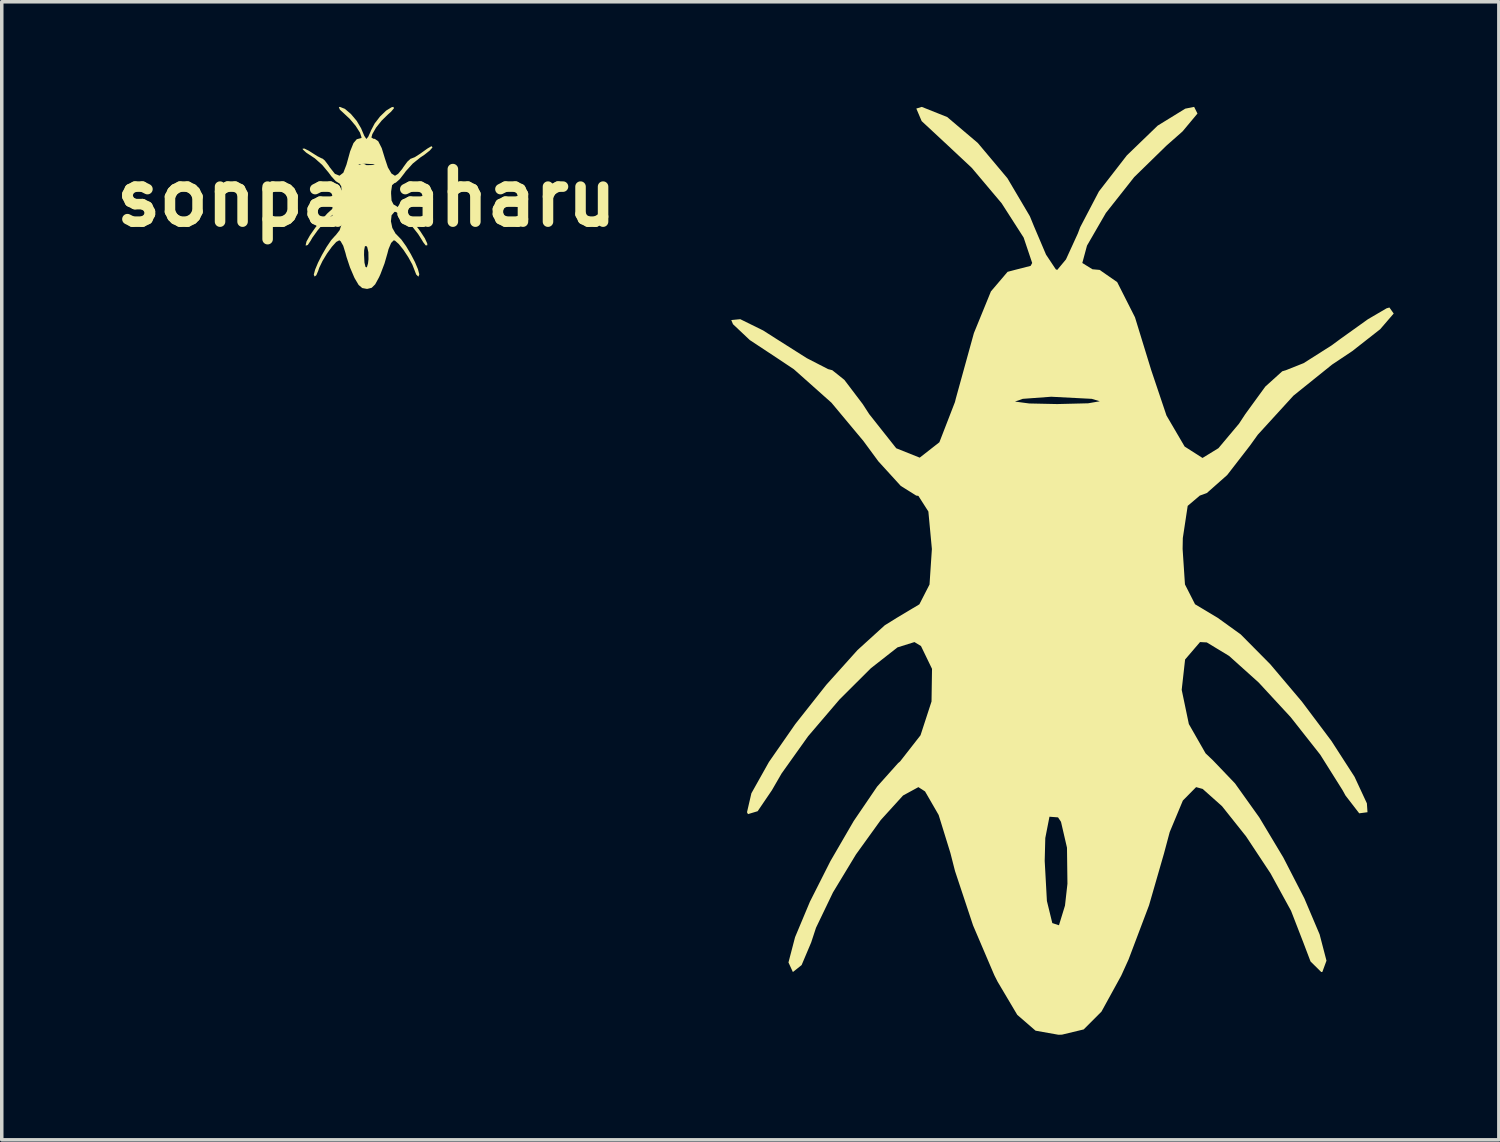
<source format=kicad_pcb>
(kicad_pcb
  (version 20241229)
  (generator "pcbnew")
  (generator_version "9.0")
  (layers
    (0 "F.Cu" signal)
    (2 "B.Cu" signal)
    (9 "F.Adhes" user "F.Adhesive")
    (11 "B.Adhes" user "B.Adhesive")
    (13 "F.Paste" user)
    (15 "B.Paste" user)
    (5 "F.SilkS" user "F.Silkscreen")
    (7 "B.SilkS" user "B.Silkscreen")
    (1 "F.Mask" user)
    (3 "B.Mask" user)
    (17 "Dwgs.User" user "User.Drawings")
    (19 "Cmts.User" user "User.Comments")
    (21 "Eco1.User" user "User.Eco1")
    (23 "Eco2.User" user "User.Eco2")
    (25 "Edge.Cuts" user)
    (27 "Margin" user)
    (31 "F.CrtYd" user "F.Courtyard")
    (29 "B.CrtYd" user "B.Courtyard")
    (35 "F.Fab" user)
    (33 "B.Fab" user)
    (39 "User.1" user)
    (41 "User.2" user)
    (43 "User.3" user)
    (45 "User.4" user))
  (footprint "sp"
    (layer "F.Cu")
    (at 27.116 13.237)
    (property "Reference" "sp" (at 0 0 0) (layer "F.SilkS") (effects (font (size 1.5 1.5) (thickness 0.3))))
    (attr board_only exclude_from_pos_files exclude_from_bom)
    (fp_poly (pts (xy 4.001 -13.047) (xy 3.574 -12.536) (xy 3.115 -12.131) (xy 2.196 -11.234) (xy 1.388 -10.211) (xy 0.849 -9.279) (xy 0.715 -8.783) (xy 1.004 -8.604) (xy 1.209 -8.586) (xy 1.71 -8.238) (xy 2.218 -7.234) (xy 2.682 -5.724) (xy 3.117 -4.431) (xy 3.635 -3.546) (xy 4.145 -3.22) (xy 4.599 -3.499) (xy 5.186 -4.198) (xy 5.366 -4.472) (xy 5.937 -5.257) (xy 6.42 -5.693) (xy 6.524 -5.724) (xy 7.031 -5.926) (xy 7.824 -6.429) (xy 8.081 -6.618) (xy 8.864 -7.178) (xy 9.397 -7.49) (xy 9.478 -7.513) (xy 9.6 -7.341) (xy 9.214 -6.893) (xy 8.418 -6.269) (xy 7.844 -5.886) (xy 6.741 -4.999) (xy 5.721 -3.882) (xy 5.501 -3.575) (xy 4.849 -2.733) (xy 4.269 -2.22) (xy 4.067 -2.146) (xy 3.722 -1.853) (xy 3.583 -0.935) (xy 3.577 -0.624) (xy 3.644 0.388) (xy 3.932 0.954) (xy 4.578 1.341) (xy 4.581 1.343) (xy 5.236 1.815) (xy 6.077 2.664) (xy 6.98 3.731) (xy 7.823 4.854) (xy 8.482 5.876) (xy 8.835 6.635) (xy 8.852 6.888) (xy 8.616 6.919) (xy 8.225 6.412) (xy 8.142 6.261) (xy 7.504 5.246) (xy 6.659 4.174) (xy 5.747 3.187) (xy 4.904 2.429) (xy 4.267 2.043) (xy 4.074 2.033) (xy 3.648 2.53) (xy 3.551 3.395) (xy 3.755 4.372) (xy 4.232 5.207) (xy 4.443 5.408) (xy 5.071 6.064) (xy 5.766 7.038) (xy 6.451 8.181) (xy 7.049 9.343) (xy 7.486 10.373) (xy 7.682 11.124) (xy 7.564 11.445) (xy 7.533 11.448) (xy 7.227 11.146) (xy 7.021 10.604) (xy 6.671 9.701) (xy 6.085 8.632) (xy 5.387 7.577) (xy 4.701 6.715) (xy 4.149 6.223) (xy 3.962 6.172) (xy 3.584 6.555) (xy 3.209 7.454) (xy 3.046 8.064) (xy 2.619 9.544) (xy 2.035 11.089) (xy 1.825 11.552) (xy 1.262 12.577) (xy 0.755 13.085) (xy 0.133 13.235) (xy 0.032 13.237) (xy -0.619 13.121) (xy -1.141 12.669) (xy -1.703 11.721) (xy -1.796 11.537) (xy -2.402 10.117) (xy -2.917 8.566) (xy -2.991 8.276) (xy -0.358 8.276) (xy -0.295 9.42) (xy -0.141 10.051) (xy 0.049 10.113) (xy 0.221 9.552) (xy 0.291 8.929) (xy 0.278 7.9) (xy 0.107 7.162) (xy 0.023 7.035) (xy -0.222 7.016) (xy -0.341 7.624) (xy -0.358 8.276) (xy -2.991 8.276) (xy -3.049 8.049) (xy -3.384 6.966) (xy -3.772 6.294) (xy -3.962 6.172) (xy -4.4 6.411) (xy -5.035 7.11) (xy -5.742 8.091) (xy -6.399 9.176) (xy -6.883 10.184) (xy -7.021 10.604) (xy -7.294 11.249) (xy -7.543 11.448) (xy -7.669 11.174) (xy -7.481 10.454) (xy -7.056 9.439) (xy -6.472 8.283) (xy -5.807 7.138) (xy -5.138 6.155) (xy -4.542 5.488) (xy -4.484 5.439) (xy -3.901 4.692) (xy -3.587 3.728) (xy -3.573 2.797) (xy -3.888 2.146) (xy -4.074 2.033) (xy -4.559 2.185) (xy -5.318 2.78) (xy -6.214 3.673) (xy -7.109 4.721) (xy -7.865 5.782) (xy -8.142 6.261) (xy -8.548 6.859) (xy -8.824 6.942) (xy -8.852 6.888) (xy -8.727 6.348) (xy -8.227 5.456) (xy -7.473 4.371) (xy -6.589 3.252) (xy -5.698 2.26) (xy -4.922 1.555) (xy -4.581 1.343) (xy -3.934 0.956) (xy -3.644 0.39) (xy -3.577 -0.619) (xy -3.577 -0.624) (xy -3.677 -1.692) (xy -3.962 -2.138) (xy -4.025 -2.147) (xy -4.464 -2.422) (xy -5.105 -3.125) (xy -5.53 -3.703) (xy -6.443 -4.797) (xy -7.515 -5.751) (xy -7.945 -6.038) (xy -8.772 -6.584) (xy -9.252 -7.037) (xy -9.301 -7.155) (xy -9.044 -7.18) (xy -8.391 -6.858) (xy -7.999 -6.608) (xy -7.146 -6.068) (xy -6.538 -5.755) (xy -6.419 -5.724) (xy -6.074 -5.448) (xy -5.55 -4.757) (xy -5.366 -4.472) (xy -4.594 -3.497) (xy -3.924 -3.229) (xy -3.363 -3.668) (xy -2.92 -4.812) (xy -2.915 -4.829) (xy -1.206 -4.829) (xy -0.799 -4.775) (xy 0 -4.758) (xy 0.883 -4.78) (xy 1.214 -4.838) (xy 0.984 -4.907) (xy -0.172 -4.967) (xy -0.984 -4.907) (xy -1.206 -4.829) (xy -2.915 -4.829) (xy -2.893 -4.919) (xy -2.378 -6.783) (xy -1.892 -7.973) (xy -1.417 -8.531) (xy -1.209 -8.586) (xy -0.76 -8.701) (xy -0.715 -8.783) (xy -0.959 -9.509) (xy -1.586 -10.486) (xy -2.438 -11.497) (xy -3.115 -12.131) (xy -3.869 -12.832) (xy -4.021 -13.19) (xy -3.865 -13.237) (xy -3.14 -12.948) (xy -2.267 -12.208) (xy -1.422 -11.202) (xy -0.781 -10.117) (xy -0.664 -9.831) (xy -0.32 -9.022) (xy -0.041 -8.602) (xy 0 -8.586) (xy 0.249 -8.886) (xy 0.588 -9.627) (xy 0.656 -9.807) (xy 1.189 -10.825) (xy 1.985 -11.852) (xy 2.865 -12.702) (xy 3.653 -13.187) (xy 3.906 -13.237)) (stroke (width 0) (type solid)) (fill yes) (layer "F.SilkS")))
  (footprint "sonpakaharu"
    (layer "F.Cu")
    (at 7.407 2.596)
    (property "Reference" "sonpakaharu" (at 0 0 0) (layer "F.SilkS") (effects (font (size 1.5 1.5) (thickness 0.3))))
    (attr board_only exclude_from_pos_files exclude_from_bom)
    (fp_poly (pts (xy 0.785 -2.559) (xy 0.701 -2.459) (xy 0.611 -2.379) (xy 0.431 -2.203) (xy 0.272 -2.003) (xy 0.167 -1.82) (xy 0.14 -1.723) (xy 0.197 -1.687) (xy 0.237 -1.684) (xy 0.335 -1.616) (xy 0.435 -1.419) (xy 0.526 -1.123) (xy 0.611 -0.869) (xy 0.713 -0.695) (xy 0.813 -0.631) (xy 0.902 -0.686) (xy 1.017 -0.823) (xy 1.052 -0.877) (xy 1.164 -1.031) (xy 1.259 -1.117) (xy 1.28 -1.123) (xy 1.379 -1.162) (xy 1.534 -1.261) (xy 1.585 -1.298) (xy 1.739 -1.408) (xy 1.843 -1.469) (xy 1.859 -1.473) (xy 1.883 -1.44) (xy 1.807 -1.352) (xy 1.651 -1.229) (xy 1.538 -1.154) (xy 1.322 -0.981) (xy 1.122 -0.761) (xy 1.079 -0.701) (xy 0.951 -0.536) (xy 0.837 -0.435) (xy 0.798 -0.421) (xy 0.73 -0.363) (xy 0.703 -0.183) (xy 0.702 -0.122) (xy 0.715 0.076) (xy 0.771 0.187) (xy 0.898 0.263) (xy 0.899 0.263) (xy 1.027 0.356) (xy 1.192 0.523) (xy 1.369 0.732) (xy 1.534 0.952) (xy 1.664 1.152) (xy 1.733 1.301) (xy 1.736 1.351) (xy 1.69 1.357) (xy 1.613 1.258) (xy 1.597 1.228) (xy 1.472 1.029) (xy 1.306 0.819) (xy 1.127 0.625) (xy 0.962 0.476) (xy 0.837 0.401) (xy 0.799 0.399) (xy 0.716 0.496) (xy 0.697 0.666) (xy 0.737 0.857) (xy 0.83 1.021) (xy 0.871 1.061) (xy 0.995 1.189) (xy 1.131 1.38) (xy 1.265 1.605) (xy 1.383 1.832) (xy 1.468 2.035) (xy 1.507 2.182) (xy 1.483 2.245) (xy 1.477 2.245) (xy 1.418 2.186) (xy 1.377 2.08) (xy 1.308 1.903) (xy 1.193 1.693) (xy 1.057 1.486) (xy 0.922 1.317) (xy 0.814 1.221) (xy 0.777 1.211) (xy 0.703 1.286) (xy 0.629 1.462) (xy 0.598 1.582) (xy 0.514 1.872) (xy 0.399 2.175) (xy 0.358 2.266) (xy 0.248 2.467) (xy 0.148 2.566) (xy 0.026 2.596) (xy 0.006 2.596) (xy -0.121 2.573) (xy -0.224 2.485) (xy -0.334 2.299) (xy -0.352 2.263) (xy -0.471 1.984) (xy -0.572 1.68) (xy -0.587 1.623) (xy -0.07 1.623) (xy -0.058 1.848) (xy -0.028 1.971) (xy 0.01 1.983) (xy 0.043 1.873) (xy 0.057 1.751) (xy 0.054 1.549) (xy 0.021 1.405) (xy 0.004 1.38) (xy -0.044 1.376) (xy -0.067 1.495) (xy -0.07 1.623) (xy -0.587 1.623) (xy -0.598 1.579) (xy -0.664 1.366) (xy -0.74 1.234) (xy -0.777 1.211) (xy -0.863 1.257) (xy -0.987 1.395) (xy -1.126 1.587) (xy -1.255 1.8) (xy -1.35 1.997) (xy -1.377 2.08) (xy -1.431 2.206) (xy -1.479 2.245) (xy -1.504 2.192) (xy -1.467 2.05) (xy -1.384 1.851) (xy -1.269 1.625) (xy -1.139 1.4) (xy -1.008 1.207) (xy -0.891 1.076) (xy -0.879 1.067) (xy -0.765 0.92) (xy -0.704 0.731) (xy -0.701 0.549) (xy -0.762 0.421) (xy -0.799 0.399) (xy -0.894 0.429) (xy -1.043 0.545) (xy -1.219 0.72) (xy -1.394 0.926) (xy -1.543 1.134) (xy -1.597 1.228) (xy -1.676 1.345) (xy -1.731 1.361) (xy -1.736 1.351) (xy -1.712 1.245) (xy -1.614 1.07) (xy -1.466 0.857) (xy -1.292 0.638) (xy -1.117 0.443) (xy -0.965 0.305) (xy -0.899 0.263) (xy -0.771 0.188) (xy -0.715 0.077) (xy -0.702 -0.121) (xy -0.702 -0.122) (xy -0.721 -0.332) (xy -0.777 -0.419) (xy -0.789 -0.421) (xy -0.876 -0.475) (xy -1.001 -0.613) (xy -1.085 -0.726) (xy -1.264 -0.941) (xy -1.474 -1.128) (xy -1.558 -1.184) (xy -1.72 -1.291) (xy -1.815 -1.38) (xy -1.824 -1.403) (xy -1.774 -1.408) (xy -1.646 -1.345) (xy -1.569 -1.296) (xy -1.402 -1.19) (xy -1.282 -1.129) (xy -1.259 -1.123) (xy -1.191 -1.068) (xy -1.088 -0.933) (xy -1.052 -0.877) (xy -0.901 -0.686) (xy -0.77 -0.633) (xy -0.66 -0.719) (xy -0.573 -0.944) (xy -0.572 -0.947) (xy -0.236 -0.947) (xy -0.157 -0.937) (xy 0 -0.933) (xy 0.173 -0.938) (xy 0.238 -0.949) (xy 0.193 -0.962) (xy -0.034 -0.974) (xy -0.193 -0.962) (xy -0.236 -0.947) (xy -0.572 -0.947) (xy -0.567 -0.965) (xy -0.466 -1.33) (xy -0.371 -1.564) (xy -0.278 -1.673) (xy -0.237 -1.684) (xy -0.149 -1.707) (xy -0.14 -1.723) (xy -0.188 -1.865) (xy -0.311 -2.057) (xy -0.478 -2.255) (xy -0.611 -2.379) (xy -0.759 -2.517) (xy -0.789 -2.587) (xy -0.758 -2.596) (xy -0.616 -2.54) (xy -0.445 -2.394) (xy -0.279 -2.197) (xy -0.153 -1.984) (xy -0.13 -1.928) (xy -0.063 -1.77) (xy -0.008 -1.687) (xy 0 -1.684) (xy 0.049 -1.743) (xy 0.115 -1.888) (xy 0.129 -1.924) (xy 0.233 -2.123) (xy 0.389 -2.325) (xy 0.562 -2.491) (xy 0.716 -2.586) (xy 0.766 -2.596)) (stroke (width 0) (type solid)) (fill yes) (layer "F.SilkS")))
  (gr_rect
    (start -3 -3)
    (end 39.716 29.473)
    (stroke (width 0.1) (type default))
    (fill no)
    (layer "Edge.Cuts")))
</source>
